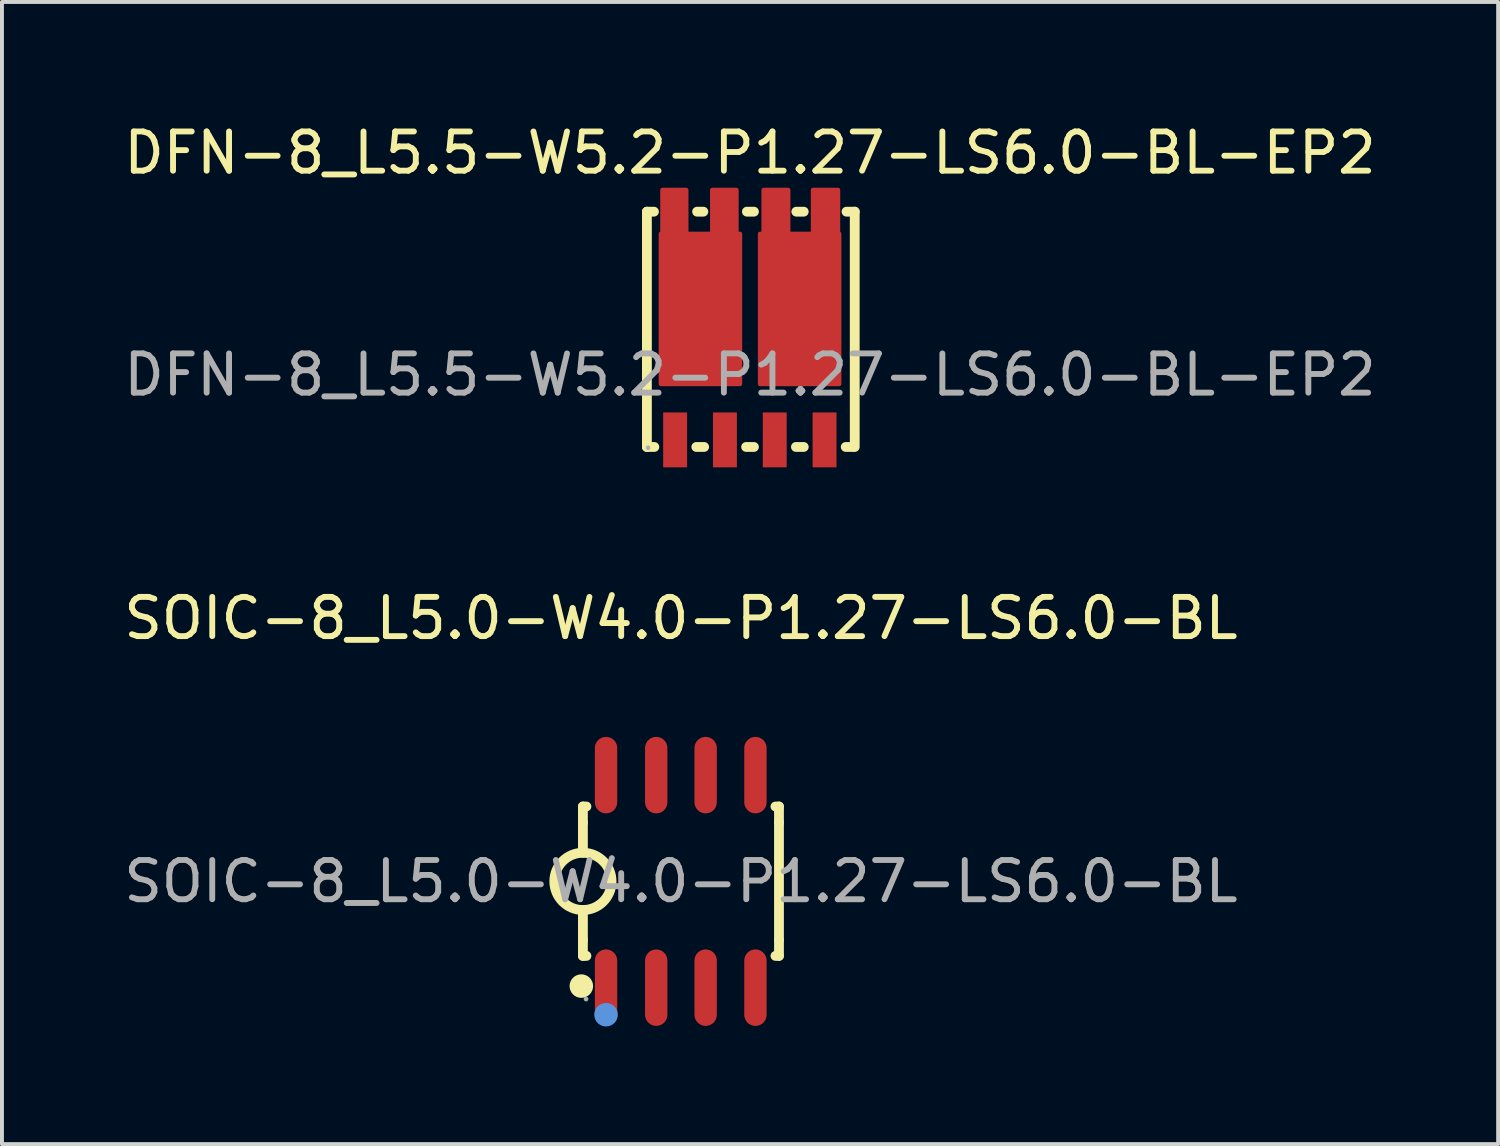
<source format=kicad_pcb>
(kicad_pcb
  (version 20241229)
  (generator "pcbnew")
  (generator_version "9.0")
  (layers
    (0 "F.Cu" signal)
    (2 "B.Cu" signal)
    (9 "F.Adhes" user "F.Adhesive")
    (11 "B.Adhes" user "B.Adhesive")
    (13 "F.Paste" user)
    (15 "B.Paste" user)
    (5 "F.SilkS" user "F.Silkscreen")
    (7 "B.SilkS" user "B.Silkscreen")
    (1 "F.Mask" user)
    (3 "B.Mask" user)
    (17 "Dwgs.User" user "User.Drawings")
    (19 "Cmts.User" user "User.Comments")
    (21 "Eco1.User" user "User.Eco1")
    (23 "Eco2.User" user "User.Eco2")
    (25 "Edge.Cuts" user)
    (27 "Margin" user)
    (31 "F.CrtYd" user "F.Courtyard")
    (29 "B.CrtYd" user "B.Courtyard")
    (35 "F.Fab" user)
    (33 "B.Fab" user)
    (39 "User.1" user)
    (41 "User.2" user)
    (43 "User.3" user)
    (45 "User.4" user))
  (footprint "SOIC-8_L5.0-W4.0-P1.27-LS6.0-BL"
    (layer "F.Cu")
    (at 14.315 19.427)
    (property "Reference" "SOIC-8_L5.0-W4.0-P1.27-LS6.0-BL" (at 0 -6.71 0) (layer "F.SilkS") (effects (font (size 1 1) (thickness 0.15))))
    (attr smd)
    (fp_line (start -2.5 -1.91) (end -2.41 -1.91) (stroke (width 0.25) (type solid)) (layer "F.SilkS"))
    (fp_line (start -2.5 -1.5) (end -2.5 -1.91) (stroke (width 0.25) (type solid)) (layer "F.SilkS"))
    (fp_line (start -2.5 -1.5) (end -2.5 -0.73) (stroke (width 0.25) (type solid)) (layer "F.SilkS"))
    (fp_line (start -2.5 1.5) (end -2.5 0.73) (stroke (width 0.25) (type solid)) (layer "F.SilkS"))
    (fp_line (start -2.5 1.5) (end -2.5 1.9) (stroke (width 0.25) (type solid)) (layer "F.SilkS"))
    (fp_line (start -2.5 1.9) (end -2.41 1.9) (stroke (width 0.25) (type solid)) (layer "F.SilkS"))
    (fp_line (start 2.5 -1.91) (end 2.41 -1.91) (stroke (width 0.25) (type solid)) (layer "F.SilkS"))
    (fp_line (start 2.5 -1.5) (end 2.5 -1.91) (stroke (width 0.25) (type solid)) (layer "F.SilkS"))
    (fp_line (start 2.5 -1.5) (end 2.5 1.5) (stroke (width 0.25) (type solid)) (layer "F.SilkS"))
    (fp_line (start 2.5 1.5) (end 2.5 1.9) (stroke (width 0.25) (type solid)) (layer "F.SilkS"))
    (fp_line (start 2.5 1.9) (end 2.41 1.9) (stroke (width 0.25) (type solid)) (layer "F.SilkS"))
    (fp_arc (start -2.48726 -0.729889) (mid -2.50637 0.729972) (end -2.5 -0.73) (stroke (width 0.25) (type solid)) (layer "F.SilkS"))
    (fp_circle (center -2.54 2.67) (end -2.39 2.67) (stroke (width 0.3) (type solid)) (fill no) (layer "F.SilkS"))
    (fp_circle (center -1.91 3.4) (end -1.76 3.4) (stroke (width 0.3) (type solid)) (fill no) (layer "Cmts.User"))
    (fp_circle (center -2.42 3) (end -2.39 3) (stroke (width 0.06) (type solid)) (fill no) (layer "F.Fab"))
    (fp_text user "${REFERENCE}" (at 0 0 0) (layer "F.Fab") (effects (font (size 1 1) (thickness 0.15))))
    (pad "1" smd oval (at -1.91 2.71) (size 0.57 1.95) (layers "F.Cu" "F.Mask" "F.Paste"))
    (pad "2" smd oval (at -0.63 2.71) (size 0.57 1.95) (layers "F.Cu" "F.Mask" "F.Paste"))
    (pad "3" smd oval (at 0.63 2.71) (size 0.57 1.95) (layers "F.Cu" "F.Mask" "F.Paste"))
    (pad "4" smd oval (at 1.9 2.71) (size 0.57 1.95) (layers "F.Cu" "F.Mask" "F.Paste"))
    (pad "5" smd oval (at 1.9 -2.71) (size 0.57 1.95) (layers "F.Cu" "F.Mask" "F.Paste"))
    (pad "6" smd oval (at 0.63 -2.71) (size 0.57 1.95) (layers "F.Cu" "F.Mask" "F.Paste"))
    (pad "7" smd oval (at -0.63 -2.71) (size 0.57 1.95) (layers "F.Cu" "F.Mask" "F.Paste"))
    (pad "8" smd oval (at -1.91 -2.71) (size 0.57 1.95) (layers "F.Cu" "F.Mask" "F.Paste")))
  (footprint "DFN-8_L5.5-W5.2-P1.27-LS6.0-BL-EP2"
    (layer "F.Cu")
    (at 16.077 6.508)
    (property "Reference" "DFN-8_L5.5-W5.2-P1.27-LS6.0-BL-EP2" (at 0 -5.66 0) (layer "F.SilkS") (effects (font (size 1 1) (thickness 0.15))))
    (attr smd)
    (fp_line (start -2.63 -4.16) (end -2.63 1.84) (stroke (width 0.25) (type solid)) (layer "F.SilkS"))
    (fp_line (start -2.63 -4.16) (end -2.45 -4.16) (stroke (width 0.25) (type solid)) (layer "F.SilkS"))
    (fp_line (start -2.63 1.84) (end -2.44 1.84) (stroke (width 0.25) (type solid)) (layer "F.SilkS"))
    (fp_line (start -1.37 1.84) (end -1.17 1.84) (stroke (width 0.25) (type solid)) (layer "F.SilkS"))
    (fp_line (start -1.35 -4.16) (end -1.19 -4.16) (stroke (width 0.25) (type solid)) (layer "F.SilkS"))
    (fp_line (start -0.1 1.84) (end 0.1 1.84) (stroke (width 0.25) (type solid)) (layer "F.SilkS"))
    (fp_line (start -0.08 -4.16) (end 0.1 -4.16) (stroke (width 0.25) (type solid)) (layer "F.SilkS"))
    (fp_line (start 1.17 1.84) (end 1.37 1.84) (stroke (width 0.25) (type solid)) (layer "F.SilkS"))
    (fp_line (start 1.18 -4.16) (end 1.37 -4.16) (stroke (width 0.25) (type solid)) (layer "F.SilkS"))
    (fp_line (start 2.44 1.84) (end 2.63 1.84) (stroke (width 0.25) (type solid)) (layer "F.SilkS"))
    (fp_line (start 2.46 -4.16) (end 2.67 -4.16) (stroke (width 0.25) (type solid)) (layer "F.SilkS"))
    (fp_line (start 2.67 -4.16) (end 2.67 1.84) (stroke (width 0.25) (type solid)) (layer "F.SilkS"))
    (fp_circle (center -2.6 1.86) (end -2.57 1.86) (stroke (width 0.06) (type solid)) (fill no) (layer "F.Fab"))
    (fp_text user "${REFERENCE}" (at 0 0 0) (layer "F.Fab") (effects (font (size 1 1) (thickness 0.15))))
    (pad "1" smd rect (at -1.91 1.66) (size 0.61 1.4) (layers "F.Cu" "F.Mask" "F.Paste"))
    (pad "2" smd rect (at -0.64 1.66) (size 0.61 1.4) (layers "F.Cu" "F.Mask" "F.Paste"))
    (pad "3" smd rect (at 0.63 1.66) (size 0.61 1.4) (layers "F.Cu" "F.Mask" "F.Paste"))
    (pad "4" smd rect (at 1.9 1.66) (size 0.61 1.4) (layers "F.Cu" "F.Mask" "F.Paste"))
    (pad "5" smd custom (at 0.25 0.24) (size 0.001 0.001) (layers "F.Cu" "F.Mask" "F.Paste") (options (anchor rect)) (primitives (gr_poly (pts (xy 0 0) (xy 0 -3.84) (xy 0.09 -3.84) (xy 0.09 -4.96) (xy 0.73 -4.96) (xy 0.73 -3.84) (xy 1.35 -3.84) (xy 1.35 -4.96) (xy 2 -4.96) (xy 2 -3.84) (xy 2.03 -3.84) (xy 2.03 0) (xy 0 0)) (width 0.1) (fill yes))))
    (pad "6" smd custom (at -2.28 0.24) (size 0.001 0.001) (layers "F.Cu" "F.Mask" "F.Paste") (options (anchor rect)) (primitives (gr_poly (pts (xy 0 0) (xy 0 -3.84) (xy 0.04 -3.84) (xy 0.04 -4.96) (xy 0.66 -4.96) (xy 0.66 -3.84) (xy 1.31 -3.84) (xy 1.31 -4.96) (xy 1.94 -4.96) (xy 1.94 -3.84) (xy 2.03 -3.84) (xy 2.03 0) (xy 0 0)) (width 0.1) (fill yes)))))
  (gr_rect
    (start -3 -3)
    (end 35.155 26.127)
    (stroke (width 0.1) (type default))
    (fill no)
    (layer "Edge.Cuts")))
</source>
